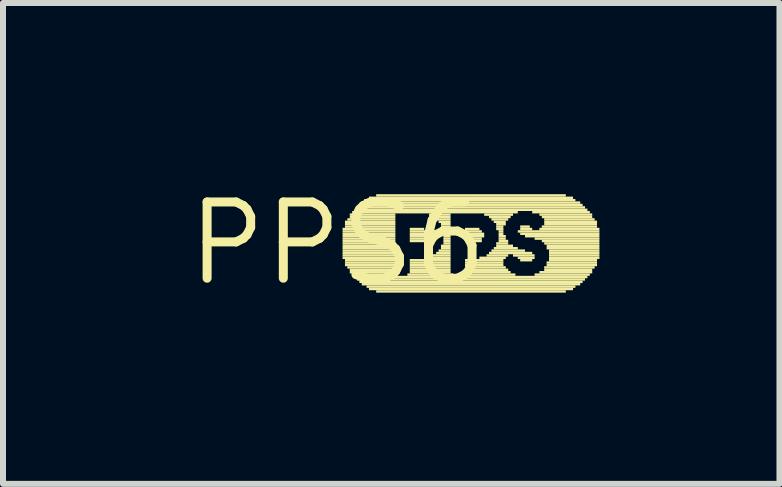
<source format=kicad_pcb>
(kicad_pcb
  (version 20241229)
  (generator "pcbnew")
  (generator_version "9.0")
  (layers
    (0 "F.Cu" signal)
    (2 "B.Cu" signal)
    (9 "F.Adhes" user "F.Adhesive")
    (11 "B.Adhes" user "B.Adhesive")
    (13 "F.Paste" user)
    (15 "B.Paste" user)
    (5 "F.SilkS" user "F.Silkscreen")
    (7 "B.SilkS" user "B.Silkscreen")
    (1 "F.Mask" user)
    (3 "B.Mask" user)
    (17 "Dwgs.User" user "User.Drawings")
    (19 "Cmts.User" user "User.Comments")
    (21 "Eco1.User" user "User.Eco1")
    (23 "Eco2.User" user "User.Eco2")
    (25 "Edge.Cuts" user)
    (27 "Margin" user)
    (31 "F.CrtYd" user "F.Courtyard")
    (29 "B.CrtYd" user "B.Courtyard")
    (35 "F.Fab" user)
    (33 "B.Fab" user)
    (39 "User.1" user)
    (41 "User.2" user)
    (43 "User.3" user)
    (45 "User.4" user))
  (footprint "PPS6"
    (layer "F.Cu")
    (at 2.578 1.006)
    (property "Reference" "PPS6" (at 0 0 0) (layer "F.SilkS") (effects (font (size 1.27 1.27) (thickness 0.15))))
    (fp_poly (pts (xy 0.08 -0.22) (xy 0.96 -0.22) (xy 0.96 -0.26) (xy 0.08 -0.26)) (stroke (width 0) (type solid)) (fill yes) (layer "F.SilkS"))
    (fp_poly (pts (xy 0.08 -0.18) (xy 0.96 -0.18) (xy 0.96 -0.22) (xy 0.08 -0.22)) (stroke (width 0) (type solid)) (fill yes) (layer "F.SilkS"))
    (fp_poly (pts (xy 0.08 -0.14) (xy 0.96 -0.14) (xy 0.96 -0.18) (xy 0.08 -0.18)) (stroke (width 0) (type solid)) (fill yes) (layer "F.SilkS"))
    (fp_poly (pts (xy 0.08 -0.1) (xy 0.96 -0.1) (xy 0.96 -0.14) (xy 0.08 -0.14)) (stroke (width 0) (type solid)) (fill yes) (layer "F.SilkS"))
    (fp_poly (pts (xy 0.08 -0.06) (xy 0.96 -0.06) (xy 0.96 -0.1) (xy 0.08 -0.1)) (stroke (width 0) (type solid)) (fill yes) (layer "F.SilkS"))
    (fp_poly (pts (xy 0.08 -0.02) (xy 0.96 -0.02) (xy 0.96 -0.06) (xy 0.08 -0.06)) (stroke (width 0) (type solid)) (fill yes) (layer "F.SilkS"))
    (fp_poly (pts (xy 0.08 0.02) (xy 0.96 0.02) (xy 0.96 -0.02) (xy 0.08 -0.02)) (stroke (width 0) (type solid)) (fill yes) (layer "F.SilkS"))
    (fp_poly (pts (xy 0.08 0.06) (xy 0.96 0.06) (xy 0.96 0.02) (xy 0.08 0.02)) (stroke (width 0) (type solid)) (fill yes) (layer "F.SilkS"))
    (fp_poly (pts (xy 0.08 0.1) (xy 0.96 0.1) (xy 0.96 0.06) (xy 0.08 0.06)) (stroke (width 0) (type solid)) (fill yes) (layer "F.SilkS"))
    (fp_poly (pts (xy 0.08 0.14) (xy 0.96 0.14) (xy 0.96 0.1) (xy 0.08 0.1)) (stroke (width 0) (type solid)) (fill yes) (layer "F.SilkS"))
    (fp_poly (pts (xy 0.08 0.18) (xy 0.96 0.18) (xy 0.96 0.14) (xy 0.08 0.14)) (stroke (width 0) (type solid)) (fill yes) (layer "F.SilkS"))
    (fp_poly (pts (xy 0.08 0.22) (xy 0.96 0.22) (xy 0.96 0.18) (xy 0.08 0.18)) (stroke (width 0) (type solid)) (fill yes) (layer "F.SilkS"))
    (fp_poly (pts (xy 0.08 0.26) (xy 0.96 0.26) (xy 0.96 0.22) (xy 0.08 0.22)) (stroke (width 0) (type solid)) (fill yes) (layer "F.SilkS"))
    (fp_poly (pts (xy 0.12 -0.34) (xy 0.96 -0.34) (xy 0.96 -0.38) (xy 0.12 -0.38)) (stroke (width 0) (type solid)) (fill yes) (layer "F.SilkS"))
    (fp_poly (pts (xy 0.12 -0.3) (xy 0.96 -0.3) (xy 0.96 -0.34) (xy 0.12 -0.34)) (stroke (width 0) (type solid)) (fill yes) (layer "F.SilkS"))
    (fp_poly (pts (xy 0.12 -0.26) (xy 0.96 -0.26) (xy 0.96 -0.3) (xy 0.12 -0.3)) (stroke (width 0) (type solid)) (fill yes) (layer "F.SilkS"))
    (fp_poly (pts (xy 0.12 0.3) (xy 0.96 0.3) (xy 0.96 0.26) (xy 0.12 0.26)) (stroke (width 0) (type solid)) (fill yes) (layer "F.SilkS"))
    (fp_poly (pts (xy 0.12 0.34) (xy 0.96 0.34) (xy 0.96 0.3) (xy 0.12 0.3)) (stroke (width 0) (type solid)) (fill yes) (layer "F.SilkS"))
    (fp_poly (pts (xy 0.12 0.38) (xy 0.96 0.38) (xy 0.96 0.34) (xy 0.12 0.34)) (stroke (width 0) (type solid)) (fill yes) (layer "F.SilkS"))
    (fp_poly (pts (xy 0.16 -0.38) (xy 0.96 -0.38) (xy 0.96 -0.42) (xy 0.16 -0.42)) (stroke (width 0) (type solid)) (fill yes) (layer "F.SilkS"))
    (fp_poly (pts (xy 0.16 0.42) (xy 0.96 0.42) (xy 0.96 0.38) (xy 0.16 0.38)) (stroke (width 0) (type solid)) (fill yes) (layer "F.SilkS"))
    (fp_poly (pts (xy 0.2 -0.46) (xy 0.96 -0.46) (xy 0.96 -0.5) (xy 0.2 -0.5)) (stroke (width 0) (type solid)) (fill yes) (layer "F.SilkS"))
    (fp_poly (pts (xy 0.2 -0.42) (xy 0.96 -0.42) (xy 0.96 -0.46) (xy 0.2 -0.46)) (stroke (width 0) (type solid)) (fill yes) (layer "F.SilkS"))
    (fp_poly (pts (xy 0.2 0.46) (xy 0.96 0.46) (xy 0.96 0.42) (xy 0.2 0.42)) (stroke (width 0) (type solid)) (fill yes) (layer "F.SilkS"))
    (fp_poly (pts (xy 0.2 0.5) (xy 0.96 0.5) (xy 0.96 0.46) (xy 0.2 0.46)) (stroke (width 0) (type solid)) (fill yes) (layer "F.SilkS"))
    (fp_poly (pts (xy 0.24 -0.5) (xy 3 -0.5) (xy 3 -0.54) (xy 0.24 -0.54)) (stroke (width 0) (type solid)) (fill yes) (layer "F.SilkS"))
    (fp_poly (pts (xy 0.24 0.54) (xy 1 0.54) (xy 1 0.5) (xy 0.24 0.5)) (stroke (width 0) (type solid)) (fill yes) (layer "F.SilkS"))
    (fp_poly (pts (xy 0.28 -0.54) (xy 4.16 -0.54) (xy 4.16 -0.58) (xy 0.28 -0.58)) (stroke (width 0) (type solid)) (fill yes) (layer "F.SilkS"))
    (fp_poly (pts (xy 0.28 0.58) (xy 4.16 0.58) (xy 4.16 0.54) (xy 0.28 0.54)) (stroke (width 0) (type solid)) (fill yes) (layer "F.SilkS"))
    (fp_poly (pts (xy 0.32 -0.58) (xy 4.12 -0.58) (xy 4.12 -0.62) (xy 0.32 -0.62)) (stroke (width 0) (type solid)) (fill yes) (layer "F.SilkS"))
    (fp_poly (pts (xy 0.32 0.62) (xy 4.12 0.62) (xy 4.12 0.58) (xy 0.32 0.58)) (stroke (width 0) (type solid)) (fill yes) (layer "F.SilkS"))
    (fp_poly (pts (xy 0.36 -0.62) (xy 4.08 -0.62) (xy 4.08 -0.66) (xy 0.36 -0.66)) (stroke (width 0) (type solid)) (fill yes) (layer "F.SilkS"))
    (fp_poly (pts (xy 0.36 0.66) (xy 4.08 0.66) (xy 4.08 0.62) (xy 0.36 0.62)) (stroke (width 0) (type solid)) (fill yes) (layer "F.SilkS"))
    (fp_poly (pts (xy 0.4 -0.66) (xy 4.04 -0.66) (xy 4.04 -0.7) (xy 0.4 -0.7)) (stroke (width 0) (type solid)) (fill yes) (layer "F.SilkS"))
    (fp_poly (pts (xy 0.4 0.7) (xy 4.04 0.7) (xy 4.04 0.66) (xy 0.4 0.66)) (stroke (width 0) (type solid)) (fill yes) (layer "F.SilkS"))
    (fp_poly (pts (xy 0.44 -0.7) (xy 3.96 -0.7) (xy 3.96 -0.74) (xy 0.44 -0.74)) (stroke (width 0) (type solid)) (fill yes) (layer "F.SilkS"))
    (fp_poly (pts (xy 0.48 0.74) (xy 3.96 0.74) (xy 3.96 0.7) (xy 0.48 0.7)) (stroke (width 0) (type solid)) (fill yes) (layer "F.SilkS"))
    (fp_poly (pts (xy 0.52 -0.74) (xy 3.92 -0.74) (xy 3.92 -0.78) (xy 0.52 -0.78)) (stroke (width 0) (type solid)) (fill yes) (layer "F.SilkS"))
    (fp_poly (pts (xy 0.52 0.78) (xy 3.92 0.78) (xy 3.92 0.74) (xy 0.52 0.74)) (stroke (width 0) (type solid)) (fill yes) (layer "F.SilkS"))
    (fp_poly (pts (xy 0.64 -0.78) (xy 3.8 -0.78) (xy 3.8 -0.82) (xy 0.64 -0.82)) (stroke (width 0) (type solid)) (fill yes) (layer "F.SilkS"))
    (fp_poly (pts (xy 0.64 0.82) (xy 3.8 0.82) (xy 3.8 0.78) (xy 0.64 0.78)) (stroke (width 0) (type solid)) (fill yes) (layer "F.SilkS"))
    (fp_poly (pts (xy 1.16 0.54) (xy 1.92 0.54) (xy 1.92 0.5) (xy 1.16 0.5)) (stroke (width 0) (type solid)) (fill yes) (layer "F.SilkS"))
    (fp_poly (pts (xy 1.2 -0.22) (xy 1.44 -0.22) (xy 1.44 -0.26) (xy 1.2 -0.26)) (stroke (width 0) (type solid)) (fill yes) (layer "F.SilkS"))
    (fp_poly (pts (xy 1.2 -0.18) (xy 1.52 -0.18) (xy 1.52 -0.22) (xy 1.2 -0.22)) (stroke (width 0) (type solid)) (fill yes) (layer "F.SilkS"))
    (fp_poly (pts (xy 1.2 -0.14) (xy 1.52 -0.14) (xy 1.52 -0.18) (xy 1.2 -0.18)) (stroke (width 0) (type solid)) (fill yes) (layer "F.SilkS"))
    (fp_poly (pts (xy 1.2 -0.1) (xy 1.52 -0.1) (xy 1.52 -0.14) (xy 1.2 -0.14)) (stroke (width 0) (type solid)) (fill yes) (layer "F.SilkS"))
    (fp_poly (pts (xy 1.2 -0.06) (xy 1.52 -0.06) (xy 1.52 -0.1) (xy 1.2 -0.1)) (stroke (width 0) (type solid)) (fill yes) (layer "F.SilkS"))
    (fp_poly (pts (xy 1.2 -0.02) (xy 1.48 -0.02) (xy 1.48 -0.06) (xy 1.2 -0.06)) (stroke (width 0) (type solid)) (fill yes) (layer "F.SilkS"))
    (fp_poly (pts (xy 1.2 0.3) (xy 1.88 0.3) (xy 1.88 0.26) (xy 1.2 0.26)) (stroke (width 0) (type solid)) (fill yes) (layer "F.SilkS"))
    (fp_poly (pts (xy 1.2 0.34) (xy 1.88 0.34) (xy 1.88 0.3) (xy 1.2 0.3)) (stroke (width 0) (type solid)) (fill yes) (layer "F.SilkS"))
    (fp_poly (pts (xy 1.2 0.38) (xy 1.88 0.38) (xy 1.88 0.34) (xy 1.2 0.34)) (stroke (width 0) (type solid)) (fill yes) (layer "F.SilkS"))
    (fp_poly (pts (xy 1.2 0.42) (xy 1.88 0.42) (xy 1.88 0.38) (xy 1.2 0.38)) (stroke (width 0) (type solid)) (fill yes) (layer "F.SilkS"))
    (fp_poly (pts (xy 1.2 0.46) (xy 1.88 0.46) (xy 1.88 0.42) (xy 1.2 0.42)) (stroke (width 0) (type solid)) (fill yes) (layer "F.SilkS"))
    (fp_poly (pts (xy 1.2 0.5) (xy 1.88 0.5) (xy 1.88 0.46) (xy 1.2 0.46)) (stroke (width 0) (type solid)) (fill yes) (layer "F.SilkS"))
    (fp_poly (pts (xy 1.44 0.26) (xy 1.88 0.26) (xy 1.88 0.22) (xy 1.44 0.22)) (stroke (width 0) (type solid)) (fill yes) (layer "F.SilkS"))
    (fp_poly (pts (xy 1.52 -0.46) (xy 1.88 -0.46) (xy 1.88 -0.5) (xy 1.52 -0.5)) (stroke (width 0) (type solid)) (fill yes) (layer "F.SilkS"))
    (fp_poly (pts (xy 1.56 0.22) (xy 1.88 0.22) (xy 1.88 0.18) (xy 1.56 0.18)) (stroke (width 0) (type solid)) (fill yes) (layer "F.SilkS"))
    (fp_poly (pts (xy 1.6 -0.42) (xy 1.88 -0.42) (xy 1.88 -0.46) (xy 1.6 -0.46)) (stroke (width 0) (type solid)) (fill yes) (layer "F.SilkS"))
    (fp_poly (pts (xy 1.64 -0.38) (xy 1.88 -0.38) (xy 1.88 -0.42) (xy 1.64 -0.42)) (stroke (width 0) (type solid)) (fill yes) (layer "F.SilkS"))
    (fp_poly (pts (xy 1.64 0.18) (xy 1.88 0.18) (xy 1.88 0.14) (xy 1.64 0.14)) (stroke (width 0) (type solid)) (fill yes) (layer "F.SilkS"))
    (fp_poly (pts (xy 1.68 -0.34) (xy 1.88 -0.34) (xy 1.88 -0.38) (xy 1.68 -0.38)) (stroke (width 0) (type solid)) (fill yes) (layer "F.SilkS"))
    (fp_poly (pts (xy 1.68 0.14) (xy 1.88 0.14) (xy 1.88 0.1) (xy 1.68 0.1)) (stroke (width 0) (type solid)) (fill yes) (layer "F.SilkS"))
    (fp_poly (pts (xy 1.72 -0.3) (xy 1.88 -0.3) (xy 1.88 -0.34) (xy 1.72 -0.34)) (stroke (width 0) (type solid)) (fill yes) (layer "F.SilkS"))
    (fp_poly (pts (xy 1.72 -0.26) (xy 1.88 -0.26) (xy 1.88 -0.3) (xy 1.72 -0.3)) (stroke (width 0) (type solid)) (fill yes) (layer "F.SilkS"))
    (fp_poly (pts (xy 1.72 0.06) (xy 1.88 0.06) (xy 1.88 0.02) (xy 1.72 0.02)) (stroke (width 0) (type solid)) (fill yes) (layer "F.SilkS"))
    (fp_poly (pts (xy 1.72 0.1) (xy 1.88 0.1) (xy 1.88 0.06) (xy 1.72 0.06)) (stroke (width 0) (type solid)) (fill yes) (layer "F.SilkS"))
    (fp_poly (pts (xy 1.76 -0.22) (xy 1.88 -0.22) (xy 1.88 -0.26) (xy 1.76 -0.26)) (stroke (width 0) (type solid)) (fill yes) (layer "F.SilkS"))
    (fp_poly (pts (xy 1.76 -0.18) (xy 1.88 -0.18) (xy 1.88 -0.22) (xy 1.76 -0.22)) (stroke (width 0) (type solid)) (fill yes) (layer "F.SilkS"))
    (fp_poly (pts (xy 1.76 -0.14) (xy 1.88 -0.14) (xy 1.88 -0.18) (xy 1.76 -0.18)) (stroke (width 0) (type solid)) (fill yes) (layer "F.SilkS"))
    (fp_poly (pts (xy 1.76 -0.1) (xy 1.88 -0.1) (xy 1.88 -0.14) (xy 1.76 -0.14)) (stroke (width 0) (type solid)) (fill yes) (layer "F.SilkS"))
    (fp_poly (pts (xy 1.76 -0.06) (xy 1.88 -0.06) (xy 1.88 -0.1) (xy 1.76 -0.1)) (stroke (width 0) (type solid)) (fill yes) (layer "F.SilkS"))
    (fp_poly (pts (xy 1.76 -0.02) (xy 1.88 -0.02) (xy 1.88 -0.06) (xy 1.76 -0.06)) (stroke (width 0) (type solid)) (fill yes) (layer "F.SilkS"))
    (fp_poly (pts (xy 1.76 0.02) (xy 1.88 0.02) (xy 1.88 -0.02) (xy 1.76 -0.02)) (stroke (width 0) (type solid)) (fill yes) (layer "F.SilkS"))
    (fp_poly (pts (xy 2.08 0.54) (xy 2.96 0.54) (xy 2.96 0.5) (xy 2.08 0.5)) (stroke (width 0) (type solid)) (fill yes) (layer "F.SilkS"))
    (fp_poly (pts (xy 2.12 -0.22) (xy 2.36 -0.22) (xy 2.36 -0.26) (xy 2.12 -0.26)) (stroke (width 0) (type solid)) (fill yes) (layer "F.SilkS"))
    (fp_poly (pts (xy 2.12 -0.18) (xy 2.4 -0.18) (xy 2.4 -0.22) (xy 2.12 -0.22)) (stroke (width 0) (type solid)) (fill yes) (layer "F.SilkS"))
    (fp_poly (pts (xy 2.12 -0.14) (xy 2.44 -0.14) (xy 2.44 -0.18) (xy 2.12 -0.18)) (stroke (width 0) (type solid)) (fill yes) (layer "F.SilkS"))
    (fp_poly (pts (xy 2.12 -0.1) (xy 2.44 -0.1) (xy 2.44 -0.14) (xy 2.12 -0.14)) (stroke (width 0) (type solid)) (fill yes) (layer "F.SilkS"))
    (fp_poly (pts (xy 2.12 -0.06) (xy 2.4 -0.06) (xy 2.4 -0.1) (xy 2.12 -0.1)) (stroke (width 0) (type solid)) (fill yes) (layer "F.SilkS"))
    (fp_poly (pts (xy 2.12 -0.02) (xy 2.4 -0.02) (xy 2.4 -0.06) (xy 2.12 -0.06)) (stroke (width 0) (type solid)) (fill yes) (layer "F.SilkS"))
    (fp_poly (pts (xy 2.12 0.3) (xy 2.76 0.3) (xy 2.76 0.26) (xy 2.12 0.26)) (stroke (width 0) (type solid)) (fill yes) (layer "F.SilkS"))
    (fp_poly (pts (xy 2.12 0.34) (xy 2.76 0.34) (xy 2.76 0.3) (xy 2.12 0.3)) (stroke (width 0) (type solid)) (fill yes) (layer "F.SilkS"))
    (fp_poly (pts (xy 2.12 0.38) (xy 2.76 0.38) (xy 2.76 0.34) (xy 2.12 0.34)) (stroke (width 0) (type solid)) (fill yes) (layer "F.SilkS"))
    (fp_poly (pts (xy 2.12 0.42) (xy 2.8 0.42) (xy 2.8 0.38) (xy 2.12 0.38)) (stroke (width 0) (type solid)) (fill yes) (layer "F.SilkS"))
    (fp_poly (pts (xy 2.12 0.46) (xy 2.84 0.46) (xy 2.84 0.42) (xy 2.12 0.42)) (stroke (width 0) (type solid)) (fill yes) (layer "F.SilkS"))
    (fp_poly (pts (xy 2.12 0.5) (xy 2.88 0.5) (xy 2.88 0.46) (xy 2.12 0.46)) (stroke (width 0) (type solid)) (fill yes) (layer "F.SilkS"))
    (fp_poly (pts (xy 2.36 0.26) (xy 2.8 0.26) (xy 2.8 0.22) (xy 2.36 0.22)) (stroke (width 0) (type solid)) (fill yes) (layer "F.SilkS"))
    (fp_poly (pts (xy 2.44 -0.46) (xy 2.92 -0.46) (xy 2.92 -0.5) (xy 2.44 -0.5)) (stroke (width 0) (type solid)) (fill yes) (layer "F.SilkS"))
    (fp_poly (pts (xy 2.48 0.22) (xy 2.84 0.22) (xy 2.84 0.18) (xy 2.48 0.18)) (stroke (width 0) (type solid)) (fill yes) (layer "F.SilkS"))
    (fp_poly (pts (xy 2.52 -0.42) (xy 2.88 -0.42) (xy 2.88 -0.46) (xy 2.52 -0.46)) (stroke (width 0) (type solid)) (fill yes) (layer "F.SilkS"))
    (fp_poly (pts (xy 2.52 0.18) (xy 3.24 0.18) (xy 3.24 0.14) (xy 2.52 0.14)) (stroke (width 0) (type solid)) (fill yes) (layer "F.SilkS"))
    (fp_poly (pts (xy 2.56 -0.38) (xy 2.84 -0.38) (xy 2.84 -0.42) (xy 2.56 -0.42)) (stroke (width 0) (type solid)) (fill yes) (layer "F.SilkS"))
    (fp_poly (pts (xy 2.56 0.14) (xy 3.12 0.14) (xy 3.12 0.1) (xy 2.56 0.1)) (stroke (width 0) (type solid)) (fill yes) (layer "F.SilkS"))
    (fp_poly (pts (xy 2.6 -0.34) (xy 2.8 -0.34) (xy 2.8 -0.38) (xy 2.6 -0.38)) (stroke (width 0) (type solid)) (fill yes) (layer "F.SilkS"))
    (fp_poly (pts (xy 2.6 0.1) (xy 3 0.1) (xy 3 0.06) (xy 2.6 0.06)) (stroke (width 0) (type solid)) (fill yes) (layer "F.SilkS"))
    (fp_poly (pts (xy 2.64 -0.3) (xy 2.8 -0.3) (xy 2.8 -0.34) (xy 2.64 -0.34)) (stroke (width 0) (type solid)) (fill yes) (layer "F.SilkS"))
    (fp_poly (pts (xy 2.64 -0.26) (xy 2.76 -0.26) (xy 2.76 -0.3) (xy 2.64 -0.3)) (stroke (width 0) (type solid)) (fill yes) (layer "F.SilkS"))
    (fp_poly (pts (xy 2.64 -0.22) (xy 2.76 -0.22) (xy 2.76 -0.26) (xy 2.64 -0.26)) (stroke (width 0) (type solid)) (fill yes) (layer "F.SilkS"))
    (fp_poly (pts (xy 2.64 0.02) (xy 2.84 0.02) (xy 2.84 -0.02) (xy 2.64 -0.02)) (stroke (width 0) (type solid)) (fill yes) (layer "F.SilkS"))
    (fp_poly (pts (xy 2.64 0.06) (xy 2.92 0.06) (xy 2.92 0.02) (xy 2.64 0.02)) (stroke (width 0) (type solid)) (fill yes) (layer "F.SilkS"))
    (fp_poly (pts (xy 2.68 -0.18) (xy 2.76 -0.18) (xy 2.76 -0.22) (xy 2.68 -0.22)) (stroke (width 0) (type solid)) (fill yes) (layer "F.SilkS"))
    (fp_poly (pts (xy 2.68 -0.14) (xy 2.76 -0.14) (xy 2.76 -0.18) (xy 2.68 -0.18)) (stroke (width 0) (type solid)) (fill yes) (layer "F.SilkS"))
    (fp_poly (pts (xy 2.68 -0.1) (xy 2.8 -0.1) (xy 2.8 -0.14) (xy 2.68 -0.14)) (stroke (width 0) (type solid)) (fill yes) (layer "F.SilkS"))
    (fp_poly (pts (xy 2.68 -0.06) (xy 2.8 -0.06) (xy 2.8 -0.1) (xy 2.68 -0.1)) (stroke (width 0) (type solid)) (fill yes) (layer "F.SilkS"))
    (fp_poly (pts (xy 2.68 -0.02) (xy 2.84 -0.02) (xy 2.84 -0.06) (xy 2.68 -0.06)) (stroke (width 0) (type solid)) (fill yes) (layer "F.SilkS"))
    (fp_poly (pts (xy 2.92 0.22) (xy 3.28 0.22) (xy 3.28 0.18) (xy 2.92 0.18)) (stroke (width 0) (type solid)) (fill yes) (layer "F.SilkS"))
    (fp_poly (pts (xy 3 -0.18) (xy 4.36 -0.18) (xy 4.36 -0.22) (xy 3 -0.22)) (stroke (width 0) (type solid)) (fill yes) (layer "F.SilkS"))
    (fp_poly (pts (xy 3 0.26) (xy 3.28 0.26) (xy 3.28 0.22) (xy 3 0.22)) (stroke (width 0) (type solid)) (fill yes) (layer "F.SilkS"))
    (fp_poly (pts (xy 3.04 -0.26) (xy 3.2 -0.26) (xy 3.2 -0.3) (xy 3.04 -0.3)) (stroke (width 0) (type solid)) (fill yes) (layer "F.SilkS"))
    (fp_poly (pts (xy 3.04 -0.22) (xy 3.24 -0.22) (xy 3.24 -0.26) (xy 3.04 -0.26)) (stroke (width 0) (type solid)) (fill yes) (layer "F.SilkS"))
    (fp_poly (pts (xy 3.04 -0.14) (xy 4.36 -0.14) (xy 4.36 -0.18) (xy 3.04 -0.18)) (stroke (width 0) (type solid)) (fill yes) (layer "F.SilkS"))
    (fp_poly (pts (xy 3.04 0.3) (xy 3.24 0.3) (xy 3.24 0.26) (xy 3.04 0.26)) (stroke (width 0) (type solid)) (fill yes) (layer "F.SilkS"))
    (fp_poly (pts (xy 3.12 -0.1) (xy 4.36 -0.1) (xy 4.36 -0.14) (xy 3.12 -0.14)) (stroke (width 0) (type solid)) (fill yes) (layer "F.SilkS"))
    (fp_poly (pts (xy 3.24 -0.5) (xy 4.2 -0.5) (xy 4.2 -0.54) (xy 3.24 -0.54)) (stroke (width 0) (type solid)) (fill yes) (layer "F.SilkS"))
    (fp_poly (pts (xy 3.28 -0.06) (xy 4.36 -0.06) (xy 4.36 -0.1) (xy 3.28 -0.1)) (stroke (width 0) (type solid)) (fill yes) (layer "F.SilkS"))
    (fp_poly (pts (xy 3.28 0.54) (xy 4.2 0.54) (xy 4.2 0.5) (xy 3.28 0.5)) (stroke (width 0) (type solid)) (fill yes) (layer "F.SilkS"))
    (fp_poly (pts (xy 3.36 -0.46) (xy 4.24 -0.46) (xy 4.24 -0.5) (xy 3.36 -0.5)) (stroke (width 0) (type solid)) (fill yes) (layer "F.SilkS"))
    (fp_poly (pts (xy 3.36 -0.22) (xy 4.36 -0.22) (xy 4.36 -0.26) (xy 3.36 -0.26)) (stroke (width 0) (type solid)) (fill yes) (layer "F.SilkS"))
    (fp_poly (pts (xy 3.36 0.5) (xy 4.24 0.5) (xy 4.24 0.46) (xy 3.36 0.46)) (stroke (width 0) (type solid)) (fill yes) (layer "F.SilkS"))
    (fp_poly (pts (xy 3.4 -0.42) (xy 4.24 -0.42) (xy 4.24 -0.46) (xy 3.4 -0.46)) (stroke (width 0) (type solid)) (fill yes) (layer "F.SilkS"))
    (fp_poly (pts (xy 3.4 -0.26) (xy 4.32 -0.26) (xy 4.32 -0.3) (xy 3.4 -0.3)) (stroke (width 0) (type solid)) (fill yes) (layer "F.SilkS"))
    (fp_poly (pts (xy 3.4 -0.02) (xy 4.36 -0.02) (xy 4.36 -0.06) (xy 3.4 -0.06)) (stroke (width 0) (type solid)) (fill yes) (layer "F.SilkS"))
    (fp_poly (pts (xy 3.44 -0.38) (xy 4.28 -0.38) (xy 4.28 -0.42) (xy 3.44 -0.42)) (stroke (width 0) (type solid)) (fill yes) (layer "F.SilkS"))
    (fp_poly (pts (xy 3.44 -0.34) (xy 4.32 -0.34) (xy 4.32 -0.38) (xy 3.44 -0.38)) (stroke (width 0) (type solid)) (fill yes) (layer "F.SilkS"))
    (fp_poly (pts (xy 3.44 -0.3) (xy 4.32 -0.3) (xy 4.32 -0.34) (xy 3.44 -0.34)) (stroke (width 0) (type solid)) (fill yes) (layer "F.SilkS"))
    (fp_poly (pts (xy 3.44 0.02) (xy 4.36 0.02) (xy 4.36 -0.02) (xy 3.44 -0.02)) (stroke (width 0) (type solid)) (fill yes) (layer "F.SilkS"))
    (fp_poly (pts (xy 3.44 0.42) (xy 4.28 0.42) (xy 4.28 0.38) (xy 3.44 0.38)) (stroke (width 0) (type solid)) (fill yes) (layer "F.SilkS"))
    (fp_poly (pts (xy 3.44 0.46) (xy 4.24 0.46) (xy 4.24 0.42) (xy 3.44 0.42)) (stroke (width 0) (type solid)) (fill yes) (layer "F.SilkS"))
    (fp_poly (pts (xy 3.48 0.06) (xy 4.36 0.06) (xy 4.36 0.02) (xy 3.48 0.02)) (stroke (width 0) (type solid)) (fill yes) (layer "F.SilkS"))
    (fp_poly (pts (xy 3.48 0.1) (xy 4.36 0.1) (xy 4.36 0.06) (xy 3.48 0.06)) (stroke (width 0) (type solid)) (fill yes) (layer "F.SilkS"))
    (fp_poly (pts (xy 3.48 0.34) (xy 4.32 0.34) (xy 4.32 0.3) (xy 3.48 0.3)) (stroke (width 0) (type solid)) (fill yes) (layer "F.SilkS"))
    (fp_poly (pts (xy 3.48 0.38) (xy 4.32 0.38) (xy 4.32 0.34) (xy 3.48 0.34)) (stroke (width 0) (type solid)) (fill yes) (layer "F.SilkS"))
    (fp_poly (pts (xy 3.52 0.14) (xy 4.36 0.14) (xy 4.36 0.1) (xy 3.52 0.1)) (stroke (width 0) (type solid)) (fill yes) (layer "F.SilkS"))
    (fp_poly (pts (xy 3.52 0.18) (xy 4.36 0.18) (xy 4.36 0.14) (xy 3.52 0.14)) (stroke (width 0) (type solid)) (fill yes) (layer "F.SilkS"))
    (fp_poly (pts (xy 3.52 0.22) (xy 4.36 0.22) (xy 4.36 0.18) (xy 3.52 0.18)) (stroke (width 0) (type solid)) (fill yes) (layer "F.SilkS"))
    (fp_poly (pts (xy 3.52 0.26) (xy 4.36 0.26) (xy 4.36 0.22) (xy 3.52 0.22)) (stroke (width 0) (type solid)) (fill yes) (layer "F.SilkS"))
    (fp_poly (pts (xy 3.52 0.3) (xy 4.32 0.3) (xy 4.32 0.26) (xy 3.52 0.26)) (stroke (width 0) (type solid)) (fill yes) (layer "F.SilkS")))
  (gr_rect
    (start -3 -3)
    (end 9.938 5.012)
    (stroke (width 0.1) (type default))
    (fill no)
    (layer "Edge.Cuts")))
</source>
